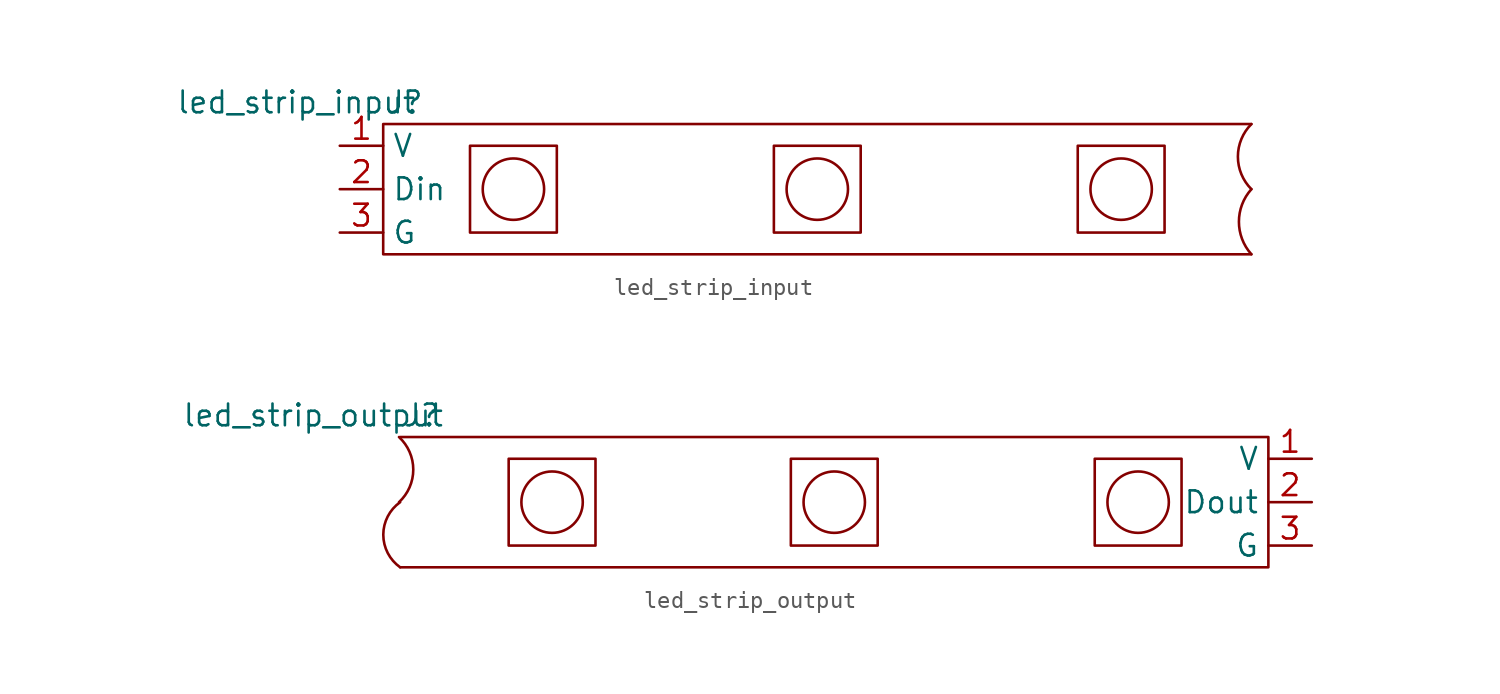
<source format=kicad_sym>
(kicad_symbol_lib
  (version 20211014)
  (generator kicad_symbol_editor)
  (symbol "led_strip_input"
    (property "Reference" "J"
      (at 1.27 1.27 0)
      (effects (font (size 1.27 1.27))))
    (property "Value" "led_strip_input"
      (at -5.08 1.27 0)
      (effects (font (size 1.27 1.27))))
    (symbol "led_strip_input_0_1"
      (polyline (pts (xy 50.8 -7.62) (xy 0 -7.62) (xy 0 0) (xy 50.8 0)) (stroke (width 0) (type default) (color 0 0 0 0)) (fill (type none)))
      (rectangle (start 5.08 -1.27) (end 10.16 -6.35) (stroke (width 0) (type default) (color 0 0 0 0)) (fill (type none)))
      (circle (center 7.62 -3.81) (radius 1.796) (stroke (width 0) (type default) (color 0 0 0 0)) (fill (type none)))
      (rectangle (start 22.86 -1.27) (end 27.94 -6.35) (stroke (width 0) (type default) (color 0 0 0 0)) (fill (type none)))
      (circle (center 25.4 -3.81) (radius 1.796) (stroke (width 0) (type default) (color 0 0 0 0)) (fill (type none)))
      (rectangle (start 40.64 -1.27) (end 45.72 -6.35) (stroke (width 0) (type default) (color 0 0 0 0)) (fill (type none)))
      (circle (center 43.18 -3.81) (radius 1.796) (stroke (width 0) (type default) (color 0 0 0 0)) (fill (type none)))
      (arc (start 50.8 -3.81) (mid 50.0712 -5.715) (end 50.8 -7.62) (stroke (width 0) (type default) (color 0 0 0 0)) (fill (type none)))
      (arc (start 50.8 0) (mid 46.2009 -1.905) (end 50.8 -3.81) (stroke (width 0) (type default) (color 0 0 0 0)) (fill (type none))))
    (symbol "led_strip_input_1_1"
      (pin input line (at -2.54 -1.27 0) (length 2.54) (name "V" (effects (font (size 1.27 1.27)))) (number "1" (effects (font (size 1.27 1.27)))))
      (pin input line (at -2.54 -3.81 0) (length 2.54) (name "Din" (effects (font (size 1.27 1.27)))) (number "2" (effects (font (size 1.27 1.27)))))
      (pin input line (at -2.54 -6.35 0) (length 2.54) (name "G" (effects (font (size 1.27 1.27)))) (number "3" (effects (font (size 1.27 1.27)))))))
  (symbol "led_strip_output"
    (property "Reference" "J"
      (at 1.27 1.27 0)
      (effects (font (size 1.27 1.27))))
    (property "Value" "led_strip_output"
      (at -5.08 1.27 0)
      (effects (font (size 1.27 1.27))))
    (symbol "led_strip_output_0_1"
      (arc (start -0.0676 -3.81) (mid 4.2754 -1.905) (end -0.0676 0) (stroke (width 0) (type default) (color 0 0 0 0)) (fill (type none)))
      (arc (start 0 -3.81) (mid -3.6793 -5.715) (end 0 -7.62) (stroke (width 0) (type default) (color 0 0 0 0)) (fill (type none)))
      (polyline (pts (xy 0 0) (xy 50.8 0) (xy 50.8 -7.62) (xy 0 -7.62)) (stroke (width 0) (type default) (color 0 0 0 0)) (fill (type none)))
      (rectangle (start 6.35 -1.27) (end 11.43 -6.35) (stroke (width 0) (type default) (color 0 0 0 0)) (fill (type none)))
      (circle (center 8.89 -3.81) (radius 1.796) (stroke (width 0) (type default) (color 0 0 0 0)) (fill (type none)))
      (rectangle (start 22.86 -1.27) (end 27.94 -6.35) (stroke (width 0) (type default) (color 0 0 0 0)) (fill (type none)))
      (circle (center 25.4 -3.81) (radius 1.796) (stroke (width 0) (type default) (color 0 0 0 0)) (fill (type none)))
      (rectangle (start 40.64 -1.27) (end 45.72 -6.35) (stroke (width 0) (type default) (color 0 0 0 0)) (fill (type none)))
      (circle (center 43.18 -3.81) (radius 1.796) (stroke (width 0) (type default) (color 0 0 0 0)) (fill (type none))))
    (symbol "led_strip_output_1_1"
      (pin input line (at 53.34 -1.27 180) (length 2.54) (name "V" (effects (font (size 1.27 1.27)))) (number "1" (effects (font (size 1.27 1.27)))))
      (pin input line (at 53.34 -3.81 180) (length 2.54) (name "Dout" (effects (font (size 1.27 1.27)))) (number "2" (effects (font (size 1.27 1.27)))))
      (pin input line (at 53.34 -6.35 180) (length 2.54) (name "G" (effects (font (size 1.27 1.27)))) (number "3" (effects (font (size 1.27 1.27))))))))
</source>
